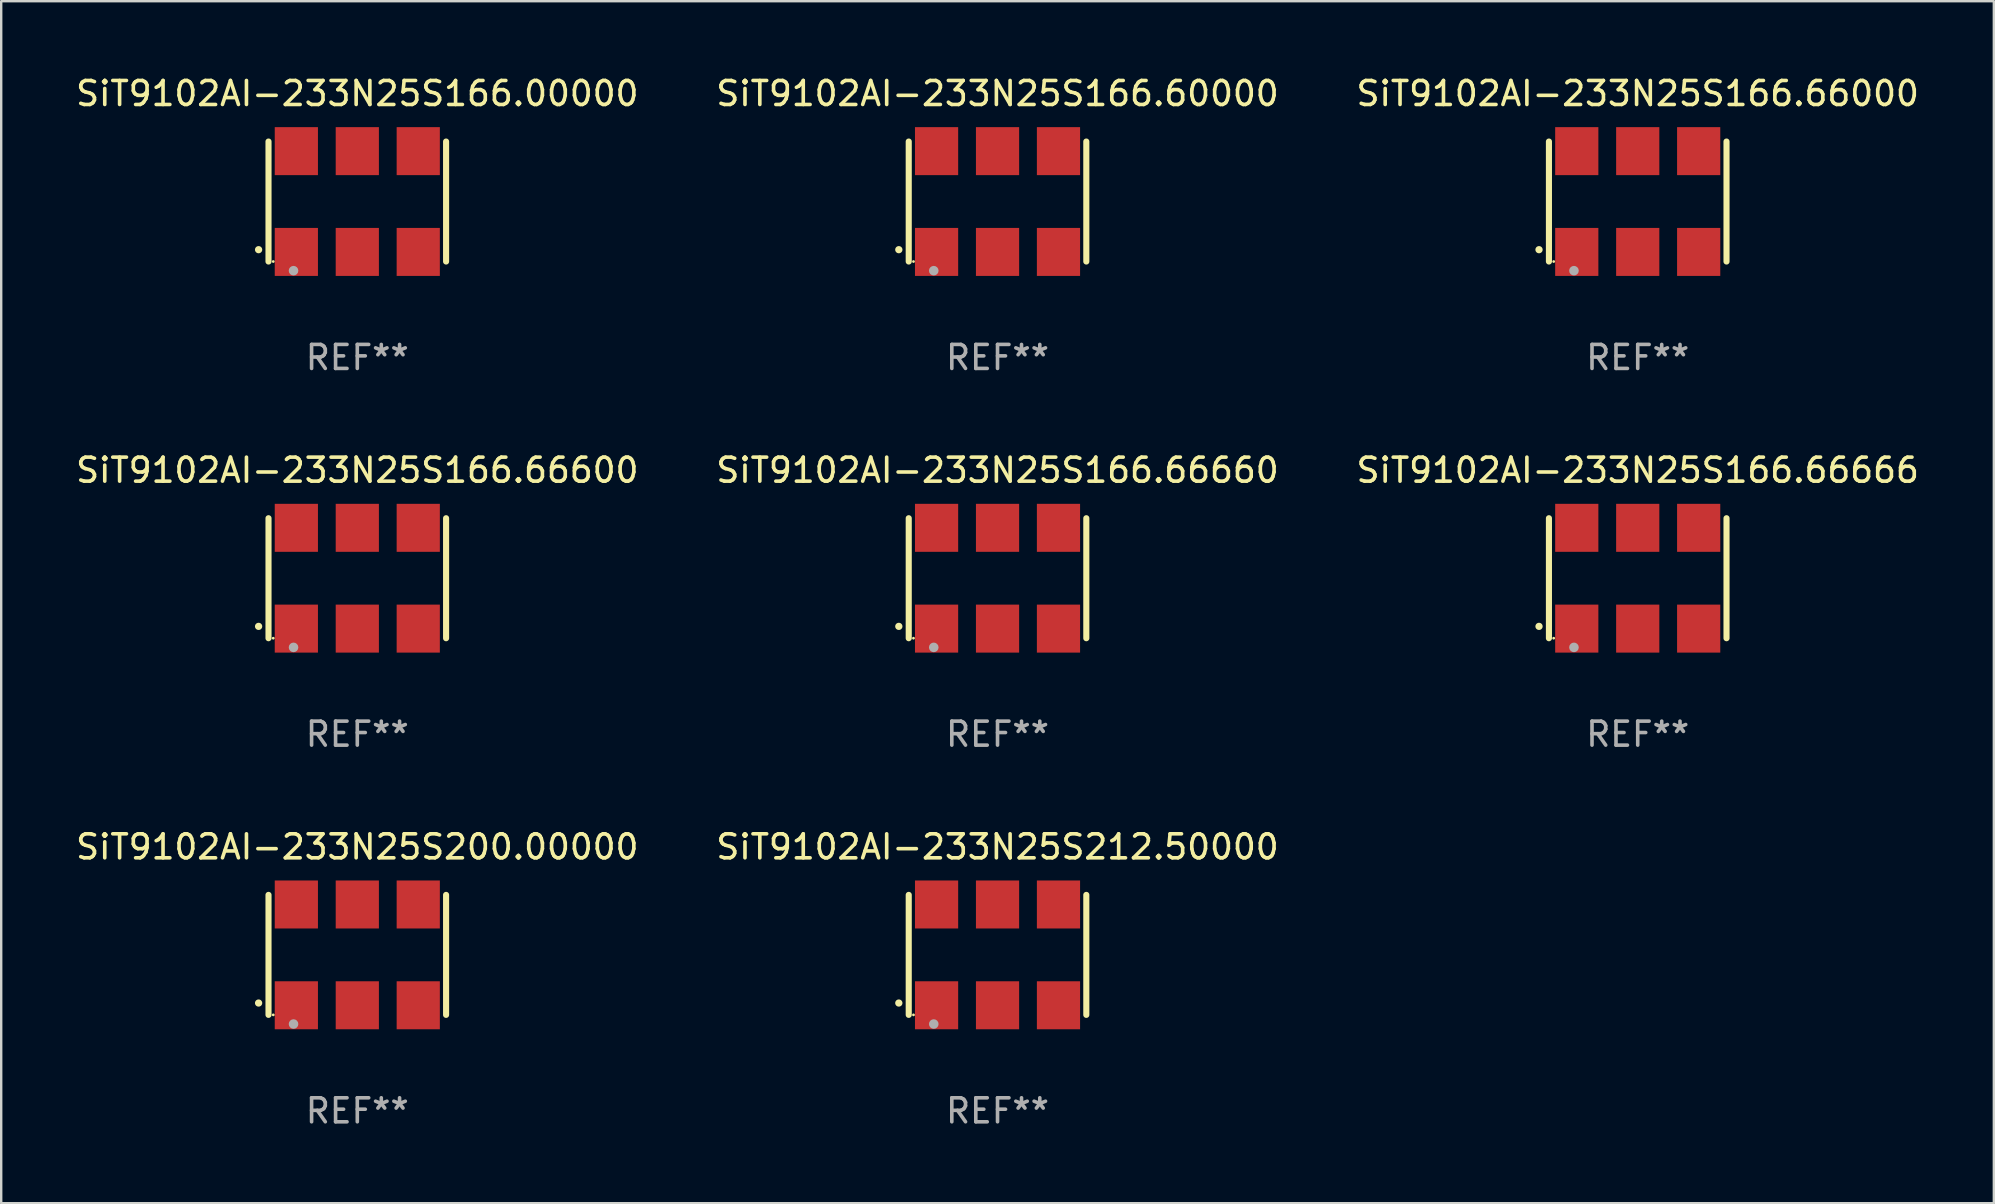
<source format=kicad_pcb>
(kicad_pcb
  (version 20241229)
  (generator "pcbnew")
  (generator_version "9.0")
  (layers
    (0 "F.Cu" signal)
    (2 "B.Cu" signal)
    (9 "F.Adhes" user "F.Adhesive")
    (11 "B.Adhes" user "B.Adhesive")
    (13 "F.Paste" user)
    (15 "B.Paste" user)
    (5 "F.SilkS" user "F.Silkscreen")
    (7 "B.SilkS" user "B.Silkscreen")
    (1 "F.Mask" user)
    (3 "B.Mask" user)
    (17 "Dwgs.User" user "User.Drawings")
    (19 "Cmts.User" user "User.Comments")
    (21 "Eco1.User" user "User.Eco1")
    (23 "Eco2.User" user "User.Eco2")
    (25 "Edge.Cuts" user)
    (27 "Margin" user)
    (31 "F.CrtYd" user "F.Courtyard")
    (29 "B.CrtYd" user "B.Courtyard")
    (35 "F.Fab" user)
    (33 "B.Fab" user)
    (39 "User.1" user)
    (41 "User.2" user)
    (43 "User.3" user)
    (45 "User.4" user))
  (footprint "SiT9102AI-233N25S166.66666"
    (layer "F.Cu")
    (at 65.196 21.045)
    (property "Reference" "SiT9102AI-233N25S166.66666" (at 0 -4.5 0) (layer "F.SilkS") (effects (font (size 1 1) (thickness 0.15))))
    (attr through_hole)
    (fp_line (start -3.7 -2.5) (end -3.7 2.5) (stroke (width 0.254) (type solid)) (layer "F.SilkS"))
    (fp_line (start 3.7 -2.5) (end 3.7 2.5) (stroke (width 0.254) (type solid)) (layer "F.SilkS"))
    (fp_arc (start -4.114415 2.006604) (mid -4.113145 2.006599) (end -4.111875 2.006604) (stroke (width 0.3) (type solid)) (layer "F.SilkS"))
    (fp_circle (center -3.502 2.5) (end -3.472 2.5) (stroke (width 0.06) (type solid)) (fill no) (layer "F.SilkS"))
    (fp_circle (center -2.657 2.882) (end -2.557 2.882) (stroke (width 0.2) (type solid)) (fill no) (layer "F.Fab"))
    (fp_text user "REF**" (at 0 6.5 0) (layer "F.Fab") (effects (font (size 1 1) (thickness 0.15))))
    (pad "1" smd rect (at -2.54 2.1) (size 1.8 2) (layers "F.Cu" "F.Mask" "F.Paste"))
    (pad "2" smd rect (at 0.000394 2.1) (size 1.8 2) (layers "F.Cu" "F.Mask" "F.Paste"))
    (pad "3" smd rect (at 2.54 2.1) (size 1.8 2) (layers "F.Cu" "F.Mask" "F.Paste"))
    (pad "4" smd rect (at 2.54 -2.1) (size 1.8 2) (layers "F.Cu" "F.Mask" "F.Paste"))
    (pad "5" smd rect (at 0.000394 -2.1) (size 1.8 2) (layers "F.Cu" "F.Mask" "F.Paste"))
    (pad "6" smd rect (at -2.54 -2.1) (size 1.8 2) (layers "F.Cu" "F.Mask" "F.Paste")))
  (footprint "SiT9102AI-233N25S166.00000"
    (layer "F.Cu")
    (at 11.839 5.348)
    (property "Reference" "SiT9102AI-233N25S166.00000" (at 0 -4.5 0) (layer "F.SilkS") (effects (font (size 1 1) (thickness 0.15))))
    (attr through_hole)
    (fp_line (start -3.7 -2.5) (end -3.7 2.5) (stroke (width 0.254) (type solid)) (layer "F.SilkS"))
    (fp_line (start 3.7 -2.5) (end 3.7 2.5) (stroke (width 0.254) (type solid)) (layer "F.SilkS"))
    (fp_arc (start -4.114415 2.006604) (mid -4.113145 2.006599) (end -4.111875 2.006604) (stroke (width 0.3) (type solid)) (layer "F.SilkS"))
    (fp_circle (center -3.502 2.5) (end -3.472 2.5) (stroke (width 0.06) (type solid)) (fill no) (layer "F.SilkS"))
    (fp_circle (center -2.657 2.882) (end -2.557 2.882) (stroke (width 0.2) (type solid)) (fill no) (layer "F.Fab"))
    (fp_text user "REF**" (at 0 6.5 0) (layer "F.Fab") (effects (font (size 1 1) (thickness 0.15))))
    (pad "1" smd rect (at -2.54 2.1) (size 1.8 2) (layers "F.Cu" "F.Mask" "F.Paste"))
    (pad "2" smd rect (at 0.000394 2.1) (size 1.8 2) (layers "F.Cu" "F.Mask" "F.Paste"))
    (pad "3" smd rect (at 2.54 2.1) (size 1.8 2) (layers "F.Cu" "F.Mask" "F.Paste"))
    (pad "4" smd rect (at 2.54 -2.1) (size 1.8 2) (layers "F.Cu" "F.Mask" "F.Paste"))
    (pad "5" smd rect (at 0.000394 -2.1) (size 1.8 2) (layers "F.Cu" "F.Mask" "F.Paste"))
    (pad "6" smd rect (at -2.54 -2.1) (size 1.8 2) (layers "F.Cu" "F.Mask" "F.Paste")))
  (footprint "SiT9102AI-233N25S166.66000"
    (layer "F.Cu")
    (at 65.196 5.348)
    (property "Reference" "SiT9102AI-233N25S166.66000" (at 0 -4.5 0) (layer "F.SilkS") (effects (font (size 1 1) (thickness 0.15))))
    (attr through_hole)
    (fp_line (start -3.7 -2.5) (end -3.7 2.5) (stroke (width 0.254) (type solid)) (layer "F.SilkS"))
    (fp_line (start 3.7 -2.5) (end 3.7 2.5) (stroke (width 0.254) (type solid)) (layer "F.SilkS"))
    (fp_arc (start -4.114415 2.006604) (mid -4.113145 2.006599) (end -4.111875 2.006604) (stroke (width 0.3) (type solid)) (layer "F.SilkS"))
    (fp_circle (center -3.502 2.5) (end -3.472 2.5) (stroke (width 0.06) (type solid)) (fill no) (layer "F.SilkS"))
    (fp_circle (center -2.657 2.882) (end -2.557 2.882) (stroke (width 0.2) (type solid)) (fill no) (layer "F.Fab"))
    (fp_text user "REF**" (at 0 6.5 0) (layer "F.Fab") (effects (font (size 1 1) (thickness 0.15))))
    (pad "1" smd rect (at -2.54 2.1) (size 1.8 2) (layers "F.Cu" "F.Mask" "F.Paste"))
    (pad "2" smd rect (at 0.000394 2.1) (size 1.8 2) (layers "F.Cu" "F.Mask" "F.Paste"))
    (pad "3" smd rect (at 2.54 2.1) (size 1.8 2) (layers "F.Cu" "F.Mask" "F.Paste"))
    (pad "4" smd rect (at 2.54 -2.1) (size 1.8 2) (layers "F.Cu" "F.Mask" "F.Paste"))
    (pad "5" smd rect (at 0.000394 -2.1) (size 1.8 2) (layers "F.Cu" "F.Mask" "F.Paste"))
    (pad "6" smd rect (at -2.54 -2.1) (size 1.8 2) (layers "F.Cu" "F.Mask" "F.Paste")))
  (footprint "SiT9102AI-233N25S166.60000"
    (layer "F.Cu")
    (at 38.518 5.348)
    (property "Reference" "SiT9102AI-233N25S166.60000" (at 0 -4.5 0) (layer "F.SilkS") (effects (font (size 1 1) (thickness 0.15))))
    (attr through_hole)
    (fp_line (start -3.7 -2.5) (end -3.7 2.5) (stroke (width 0.254) (type solid)) (layer "F.SilkS"))
    (fp_line (start 3.7 -2.5) (end 3.7 2.5) (stroke (width 0.254) (type solid)) (layer "F.SilkS"))
    (fp_arc (start -4.114415 2.006604) (mid -4.113145 2.006599) (end -4.111875 2.006604) (stroke (width 0.3) (type solid)) (layer "F.SilkS"))
    (fp_circle (center -3.502 2.5) (end -3.472 2.5) (stroke (width 0.06) (type solid)) (fill no) (layer "F.SilkS"))
    (fp_circle (center -2.657 2.882) (end -2.557 2.882) (stroke (width 0.2) (type solid)) (fill no) (layer "F.Fab"))
    (fp_text user "REF**" (at 0 6.5 0) (layer "F.Fab") (effects (font (size 1 1) (thickness 0.15))))
    (pad "1" smd rect (at -2.54 2.1) (size 1.8 2) (layers "F.Cu" "F.Mask" "F.Paste"))
    (pad "2" smd rect (at 0.000394 2.1) (size 1.8 2) (layers "F.Cu" "F.Mask" "F.Paste"))
    (pad "3" smd rect (at 2.54 2.1) (size 1.8 2) (layers "F.Cu" "F.Mask" "F.Paste"))
    (pad "4" smd rect (at 2.54 -2.1) (size 1.8 2) (layers "F.Cu" "F.Mask" "F.Paste"))
    (pad "5" smd rect (at 0.000394 -2.1) (size 1.8 2) (layers "F.Cu" "F.Mask" "F.Paste"))
    (pad "6" smd rect (at -2.54 -2.1) (size 1.8 2) (layers "F.Cu" "F.Mask" "F.Paste")))
  (footprint "SiT9102AI-233N25S166.66600"
    (layer "F.Cu")
    (at 11.839 21.045)
    (property "Reference" "SiT9102AI-233N25S166.66600" (at 0 -4.5 0) (layer "F.SilkS") (effects (font (size 1 1) (thickness 0.15))))
    (attr through_hole)
    (fp_line (start -3.7 -2.5) (end -3.7 2.5) (stroke (width 0.254) (type solid)) (layer "F.SilkS"))
    (fp_line (start 3.7 -2.5) (end 3.7 2.5) (stroke (width 0.254) (type solid)) (layer "F.SilkS"))
    (fp_arc (start -4.114415 2.006604) (mid -4.113145 2.006599) (end -4.111875 2.006604) (stroke (width 0.3) (type solid)) (layer "F.SilkS"))
    (fp_circle (center -3.502 2.5) (end -3.472 2.5) (stroke (width 0.06) (type solid)) (fill no) (layer "F.SilkS"))
    (fp_circle (center -2.657 2.882) (end -2.557 2.882) (stroke (width 0.2) (type solid)) (fill no) (layer "F.Fab"))
    (fp_text user "REF**" (at 0 6.5 0) (layer "F.Fab") (effects (font (size 1 1) (thickness 0.15))))
    (pad "1" smd rect (at -2.54 2.1) (size 1.8 2) (layers "F.Cu" "F.Mask" "F.Paste"))
    (pad "2" smd rect (at 0.000394 2.1) (size 1.8 2) (layers "F.Cu" "F.Mask" "F.Paste"))
    (pad "3" smd rect (at 2.54 2.1) (size 1.8 2) (layers "F.Cu" "F.Mask" "F.Paste"))
    (pad "4" smd rect (at 2.54 -2.1) (size 1.8 2) (layers "F.Cu" "F.Mask" "F.Paste"))
    (pad "5" smd rect (at 0.000394 -2.1) (size 1.8 2) (layers "F.Cu" "F.Mask" "F.Paste"))
    (pad "6" smd rect (at -2.54 -2.1) (size 1.8 2) (layers "F.Cu" "F.Mask" "F.Paste")))
  (footprint "SiT9102AI-233N25S212.50000"
    (layer "F.Cu")
    (at 38.518 36.741)
    (property "Reference" "SiT9102AI-233N25S212.50000" (at 0 -4.5 0) (layer "F.SilkS") (effects (font (size 1 1) (thickness 0.15))))
    (attr through_hole)
    (fp_line (start -3.7 -2.5) (end -3.7 2.5) (stroke (width 0.254) (type solid)) (layer "F.SilkS"))
    (fp_line (start 3.7 -2.5) (end 3.7 2.5) (stroke (width 0.254) (type solid)) (layer "F.SilkS"))
    (fp_arc (start -4.114415 2.006604) (mid -4.113145 2.006599) (end -4.111875 2.006604) (stroke (width 0.3) (type solid)) (layer "F.SilkS"))
    (fp_circle (center -3.502 2.5) (end -3.472 2.5) (stroke (width 0.06) (type solid)) (fill no) (layer "F.SilkS"))
    (fp_circle (center -2.657 2.882) (end -2.557 2.882) (stroke (width 0.2) (type solid)) (fill no) (layer "F.Fab"))
    (fp_text user "REF**" (at 0 6.5 0) (layer "F.Fab") (effects (font (size 1 1) (thickness 0.15))))
    (pad "1" smd rect (at -2.54 2.1) (size 1.8 2) (layers "F.Cu" "F.Mask" "F.Paste"))
    (pad "2" smd rect (at 0.000394 2.1) (size 1.8 2) (layers "F.Cu" "F.Mask" "F.Paste"))
    (pad "3" smd rect (at 2.54 2.1) (size 1.8 2) (layers "F.Cu" "F.Mask" "F.Paste"))
    (pad "4" smd rect (at 2.54 -2.1) (size 1.8 2) (layers "F.Cu" "F.Mask" "F.Paste"))
    (pad "5" smd rect (at 0.000394 -2.1) (size 1.8 2) (layers "F.Cu" "F.Mask" "F.Paste"))
    (pad "6" smd rect (at -2.54 -2.1) (size 1.8 2) (layers "F.Cu" "F.Mask" "F.Paste")))
  (footprint "SiT9102AI-233N25S200.00000"
    (layer "F.Cu")
    (at 11.839 36.741)
    (property "Reference" "SiT9102AI-233N25S200.00000" (at 0 -4.5 0) (layer "F.SilkS") (effects (font (size 1 1) (thickness 0.15))))
    (attr through_hole)
    (fp_line (start -3.7 -2.5) (end -3.7 2.5) (stroke (width 0.254) (type solid)) (layer "F.SilkS"))
    (fp_line (start 3.7 -2.5) (end 3.7 2.5) (stroke (width 0.254) (type solid)) (layer "F.SilkS"))
    (fp_arc (start -4.114415 2.006604) (mid -4.113145 2.006599) (end -4.111875 2.006604) (stroke (width 0.3) (type solid)) (layer "F.SilkS"))
    (fp_circle (center -3.502 2.5) (end -3.472 2.5) (stroke (width 0.06) (type solid)) (fill no) (layer "F.SilkS"))
    (fp_circle (center -2.657 2.882) (end -2.557 2.882) (stroke (width 0.2) (type solid)) (fill no) (layer "F.Fab"))
    (fp_text user "REF**" (at 0 6.5 0) (layer "F.Fab") (effects (font (size 1 1) (thickness 0.15))))
    (pad "1" smd rect (at -2.54 2.1) (size 1.8 2) (layers "F.Cu" "F.Mask" "F.Paste"))
    (pad "2" smd rect (at 0.000394 2.1) (size 1.8 2) (layers "F.Cu" "F.Mask" "F.Paste"))
    (pad "3" smd rect (at 2.54 2.1) (size 1.8 2) (layers "F.Cu" "F.Mask" "F.Paste"))
    (pad "4" smd rect (at 2.54 -2.1) (size 1.8 2) (layers "F.Cu" "F.Mask" "F.Paste"))
    (pad "5" smd rect (at 0.000394 -2.1) (size 1.8 2) (layers "F.Cu" "F.Mask" "F.Paste"))
    (pad "6" smd rect (at -2.54 -2.1) (size 1.8 2) (layers "F.Cu" "F.Mask" "F.Paste")))
  (footprint "SiT9102AI-233N25S166.66660"
    (layer "F.Cu")
    (at 38.518 21.045)
    (property "Reference" "SiT9102AI-233N25S166.66660" (at 0 -4.5 0) (layer "F.SilkS") (effects (font (size 1 1) (thickness 0.15))))
    (attr through_hole)
    (fp_line (start -3.7 -2.5) (end -3.7 2.5) (stroke (width 0.254) (type solid)) (layer "F.SilkS"))
    (fp_line (start 3.7 -2.5) (end 3.7 2.5) (stroke (width 0.254) (type solid)) (layer "F.SilkS"))
    (fp_arc (start -4.114415 2.006604) (mid -4.113145 2.006599) (end -4.111875 2.006604) (stroke (width 0.3) (type solid)) (layer "F.SilkS"))
    (fp_circle (center -3.502 2.5) (end -3.472 2.5) (stroke (width 0.06) (type solid)) (fill no) (layer "F.SilkS"))
    (fp_circle (center -2.657 2.882) (end -2.557 2.882) (stroke (width 0.2) (type solid)) (fill no) (layer "F.Fab"))
    (fp_text user "REF**" (at 0 6.5 0) (layer "F.Fab") (effects (font (size 1 1) (thickness 0.15))))
    (pad "1" smd rect (at -2.54 2.1) (size 1.8 2) (layers "F.Cu" "F.Mask" "F.Paste"))
    (pad "2" smd rect (at 0.000394 2.1) (size 1.8 2) (layers "F.Cu" "F.Mask" "F.Paste"))
    (pad "3" smd rect (at 2.54 2.1) (size 1.8 2) (layers "F.Cu" "F.Mask" "F.Paste"))
    (pad "4" smd rect (at 2.54 -2.1) (size 1.8 2) (layers "F.Cu" "F.Mask" "F.Paste"))
    (pad "5" smd rect (at 0.000394 -2.1) (size 1.8 2) (layers "F.Cu" "F.Mask" "F.Paste"))
    (pad "6" smd rect (at -2.54 -2.1) (size 1.8 2) (layers "F.Cu" "F.Mask" "F.Paste")))
  (gr_rect
    (start -3 -3)
    (end 80.036 47.09)
    (stroke (width 0.1) (type default))
    (fill no)
    (layer "Edge.Cuts")))
</source>
